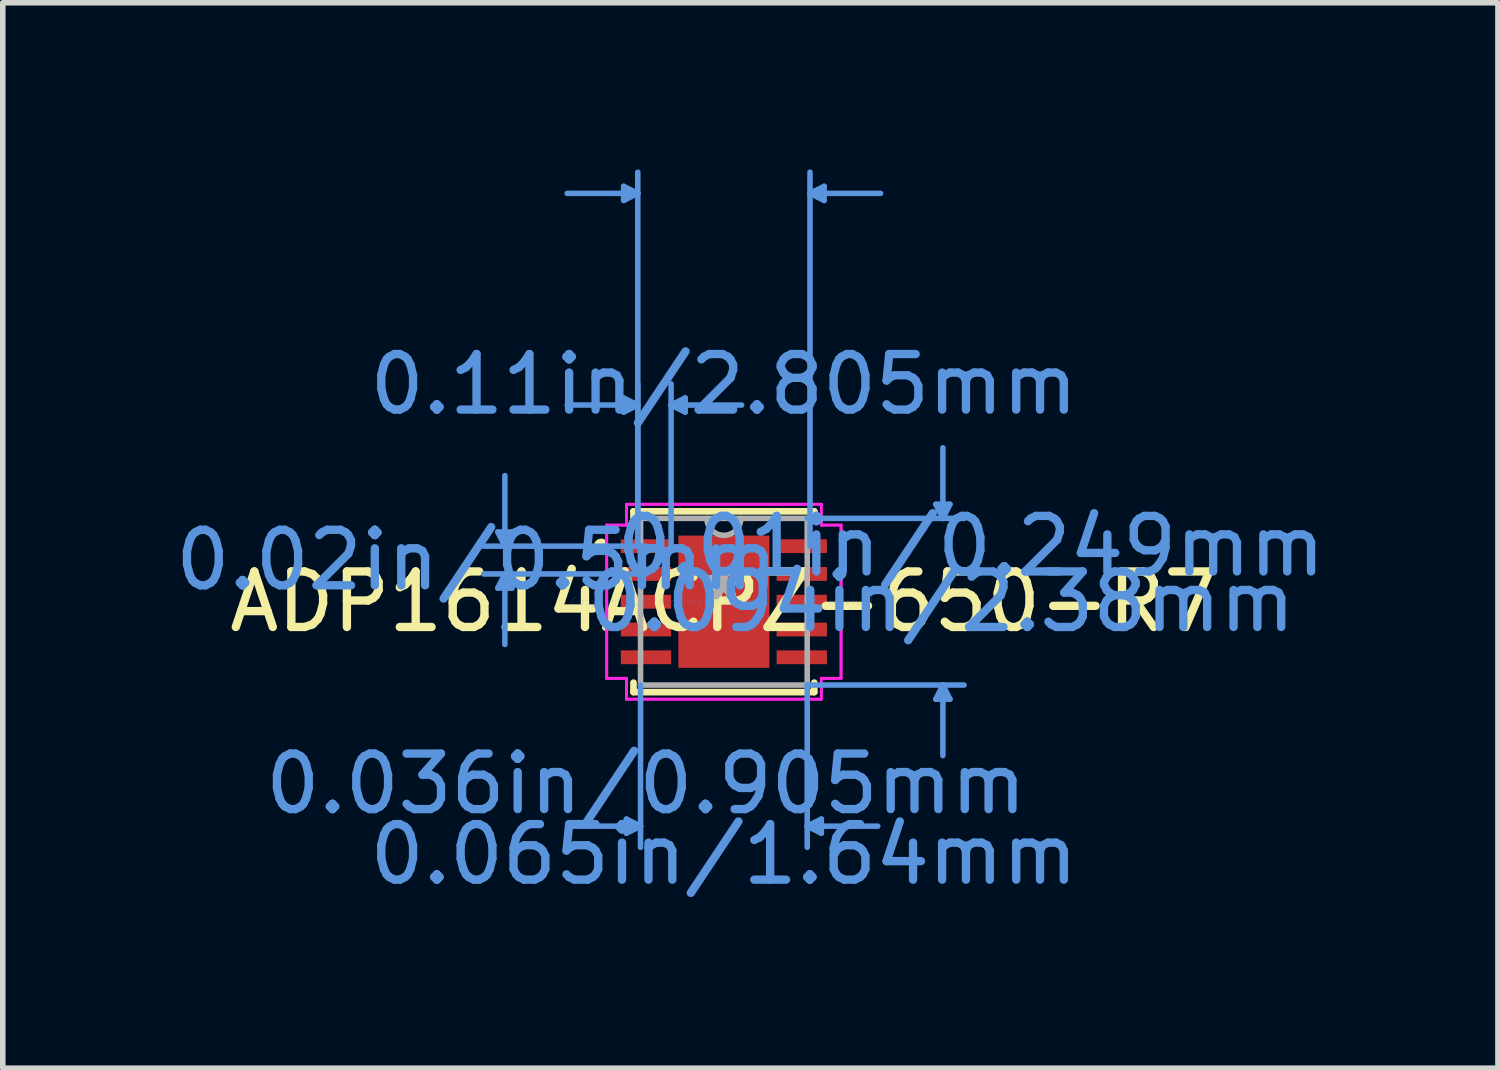
<source format=kicad_pcb>
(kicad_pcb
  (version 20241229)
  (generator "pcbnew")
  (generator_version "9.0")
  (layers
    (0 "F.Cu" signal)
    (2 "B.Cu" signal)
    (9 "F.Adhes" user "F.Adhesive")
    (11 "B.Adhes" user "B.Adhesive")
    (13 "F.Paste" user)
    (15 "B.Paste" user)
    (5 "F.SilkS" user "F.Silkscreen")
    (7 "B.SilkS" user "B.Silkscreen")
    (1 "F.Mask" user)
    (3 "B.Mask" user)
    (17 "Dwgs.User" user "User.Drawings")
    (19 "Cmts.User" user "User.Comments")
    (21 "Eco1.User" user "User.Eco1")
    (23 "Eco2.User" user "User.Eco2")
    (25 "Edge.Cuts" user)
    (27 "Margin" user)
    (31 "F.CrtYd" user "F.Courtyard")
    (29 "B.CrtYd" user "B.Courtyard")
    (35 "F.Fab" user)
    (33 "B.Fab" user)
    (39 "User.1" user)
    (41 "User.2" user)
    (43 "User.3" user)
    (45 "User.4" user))
  (footprint "ADP1614ACPZ-650-R7"
    (layer "F.Cu")
    (at 9.98 7.781)
    (property "Reference" "ADP1614ACPZ-650-R7" (at 0 0 0) (layer "F.SilkS") (effects (font (size 1 1) (thickness 0.15))))
    (attr through_hole)
    (fp_line (start -1.627 -1.627) (end -1.627 -1.457) (stroke (width 0.12) (type solid)) (layer "F.SilkS"))
    (fp_line (start -1.627 1.457) (end -1.627 1.627) (stroke (width 0.12) (type solid)) (layer "F.SilkS"))
    (fp_line (start -1.627 1.627) (end 1.627 1.627) (stroke (width 0.12) (type solid)) (layer "F.SilkS"))
    (fp_line (start 1.627 -1.627) (end -1.627 -1.627) (stroke (width 0.12) (type solid)) (layer "F.SilkS"))
    (fp_line (start 1.627 -1.457) (end 1.627 -1.627) (stroke (width 0.12) (type solid)) (layer "F.SilkS"))
    (fp_line (start 1.627 1.627) (end 1.627 1.457) (stroke (width 0.12) (type solid)) (layer "F.SilkS"))
    (fp_arc (start -2.18754 -0.926171) (mid -2.2826 -1) (end -2.18754 -1.073829) (stroke (width 0.12) (type solid)) (layer "F.SilkS"))
    (fp_line (start -4.069 -1.254) (end -3.815 -1.254) (stroke (width 0.1) (type solid)) (layer "Cmts.User"))
    (fp_line (start -4.069 -0.246) (end -3.815 -0.246) (stroke (width 0.1) (type solid)) (layer "Cmts.User"))
    (fp_line (start -3.942 -1) (end -4.069 -1.254) (stroke (width 0.1) (type solid)) (layer "Cmts.User"))
    (fp_line (start -3.942 -1) (end -3.942 -2.27) (stroke (width 0.1) (type solid)) (layer "Cmts.User"))
    (fp_line (start -3.942 -1) (end -3.815 -1.254) (stroke (width 0.1) (type solid)) (layer "Cmts.User"))
    (fp_line (start -3.942 -0.5) (end -4.069 -0.246) (stroke (width 0.1) (type solid)) (layer "Cmts.User"))
    (fp_line (start -3.942 -0.5) (end -3.942 0.77) (stroke (width 0.1) (type solid)) (layer "Cmts.User"))
    (fp_line (start -3.942 -0.5) (end -3.815 -0.246) (stroke (width 0.1) (type solid)) (layer "Cmts.User"))
    (fp_line (start -1.804 -7.477) (end -1.804 -7.223) (stroke (width 0.1) (type solid)) (layer "Cmts.User"))
    (fp_line (start -1.804 -3.667) (end -1.804 -3.413) (stroke (width 0.1) (type solid)) (layer "Cmts.User"))
    (fp_line (start -1.754 3.913) (end -1.754 4.167) (stroke (width 0.1) (type solid)) (layer "Cmts.User"))
    (fp_line (start -1.55 -7.35) (end -2.82 -7.35) (stroke (width 0.1) (type solid)) (layer "Cmts.User"))
    (fp_line (start -1.55 -7.35) (end -1.804 -7.477) (stroke (width 0.1) (type solid)) (layer "Cmts.User"))
    (fp_line (start -1.55 -7.35) (end -1.804 -7.223) (stroke (width 0.1) (type solid)) (layer "Cmts.User"))
    (fp_line (start -1.55 -3.54) (end -2.82 -3.54) (stroke (width 0.1) (type solid)) (layer "Cmts.User"))
    (fp_line (start -1.55 -3.54) (end -1.804 -3.667) (stroke (width 0.1) (type solid)) (layer "Cmts.User"))
    (fp_line (start -1.55 -3.54) (end -1.804 -3.413) (stroke (width 0.1) (type solid)) (layer "Cmts.User"))
    (fp_line (start -1.55 -1) (end -1.55 -7.731) (stroke (width 0.1) (type solid)) (layer "Cmts.User"))
    (fp_line (start -1.55 -1) (end -1.55 -3.921) (stroke (width 0.1) (type solid)) (layer "Cmts.User"))
    (fp_line (start -1.5 1.5) (end -1.5 4.421) (stroke (width 0.1) (type solid)) (layer "Cmts.User"))
    (fp_line (start -1.5 4.04) (end -2.77 4.04) (stroke (width 0.1) (type solid)) (layer "Cmts.User"))
    (fp_line (start -1.5 4.04) (end -1.754 3.913) (stroke (width 0.1) (type solid)) (layer "Cmts.User"))
    (fp_line (start -1.5 4.04) (end -1.754 4.167) (stroke (width 0.1) (type solid)) (layer "Cmts.User"))
    (fp_line (start -1.402 -1) (end -4.323 -1) (stroke (width 0.1) (type solid)) (layer "Cmts.User"))
    (fp_line (start -1.402 -0.5) (end -4.323 -0.5) (stroke (width 0.1) (type solid)) (layer "Cmts.User"))
    (fp_line (start -0.95 -3.54) (end -0.696 -3.667) (stroke (width 0.1) (type solid)) (layer "Cmts.User"))
    (fp_line (start -0.95 -3.54) (end -0.696 -3.413) (stroke (width 0.1) (type solid)) (layer "Cmts.User"))
    (fp_line (start -0.95 -3.54) (end 0.32 -3.54) (stroke (width 0.1) (type solid)) (layer "Cmts.User"))
    (fp_line (start -0.95 -1) (end -0.95 -3.921) (stroke (width 0.1) (type solid)) (layer "Cmts.User"))
    (fp_line (start -0.696 -3.667) (end -0.696 -3.413) (stroke (width 0.1) (type solid)) (layer "Cmts.User"))
    (fp_line (start 1.5 -1.5) (end 4.323 -1.5) (stroke (width 0.1) (type solid)) (layer "Cmts.User"))
    (fp_line (start 1.5 1.5) (end 1.5 4.421) (stroke (width 0.1) (type solid)) (layer "Cmts.User"))
    (fp_line (start 1.5 1.5) (end 4.323 1.5) (stroke (width 0.1) (type solid)) (layer "Cmts.User"))
    (fp_line (start 1.5 4.04) (end 1.754 3.913) (stroke (width 0.1) (type solid)) (layer "Cmts.User"))
    (fp_line (start 1.5 4.04) (end 1.754 4.167) (stroke (width 0.1) (type solid)) (layer "Cmts.User"))
    (fp_line (start 1.5 4.04) (end 2.77 4.04) (stroke (width 0.1) (type solid)) (layer "Cmts.User"))
    (fp_line (start 1.55 -7.35) (end 1.804 -7.477) (stroke (width 0.1) (type solid)) (layer "Cmts.User"))
    (fp_line (start 1.55 -7.35) (end 1.804 -7.223) (stroke (width 0.1) (type solid)) (layer "Cmts.User"))
    (fp_line (start 1.55 -7.35) (end 2.82 -7.35) (stroke (width 0.1) (type solid)) (layer "Cmts.User"))
    (fp_line (start 1.55 -1) (end 1.55 -7.731) (stroke (width 0.1) (type solid)) (layer "Cmts.User"))
    (fp_line (start 1.754 3.913) (end 1.754 4.167) (stroke (width 0.1) (type solid)) (layer "Cmts.User"))
    (fp_line (start 1.804 -7.477) (end 1.804 -7.223) (stroke (width 0.1) (type solid)) (layer "Cmts.User"))
    (fp_line (start 3.815 -1.754) (end 4.069 -1.754) (stroke (width 0.1) (type solid)) (layer "Cmts.User"))
    (fp_line (start 3.815 1.754) (end 4.069 1.754) (stroke (width 0.1) (type solid)) (layer "Cmts.User"))
    (fp_line (start 3.942 -1.5) (end 3.815 -1.754) (stroke (width 0.1) (type solid)) (layer "Cmts.User"))
    (fp_line (start 3.942 -1.5) (end 3.942 -2.77) (stroke (width 0.1) (type solid)) (layer "Cmts.User"))
    (fp_line (start 3.942 -1.5) (end 4.069 -1.754) (stroke (width 0.1) (type solid)) (layer "Cmts.User"))
    (fp_line (start 3.942 1.5) (end 3.815 1.754) (stroke (width 0.1) (type solid)) (layer "Cmts.User"))
    (fp_line (start 3.942 1.5) (end 3.942 2.77) (stroke (width 0.1) (type solid)) (layer "Cmts.User"))
    (fp_line (start 3.942 1.5) (end 4.069 1.754) (stroke (width 0.1) (type solid)) (layer "Cmts.User"))
    (fp_line (start -2.109 -1.379) (end -1.754 -1.379) (stroke (width 0.05) (type solid)) (layer "F.CrtYd"))
    (fp_line (start -2.109 -1.379) (end -1.754 -1.379) (stroke (width 0.05) (type solid)) (layer "F.CrtYd"))
    (fp_line (start -2.109 1.379) (end -2.109 -1.379) (stroke (width 0.05) (type solid)) (layer "F.CrtYd"))
    (fp_line (start -2.109 1.379) (end -2.109 -1.379) (stroke (width 0.05) (type solid)) (layer "F.CrtYd"))
    (fp_line (start -2.109 1.379) (end -1.754 1.379) (stroke (width 0.05) (type solid)) (layer "F.CrtYd"))
    (fp_line (start -1.754 -1.754) (end 1.754 -1.754) (stroke (width 0.05) (type solid)) (layer "F.CrtYd"))
    (fp_line (start -1.754 -1.754) (end 1.754 -1.754) (stroke (width 0.05) (type solid)) (layer "F.CrtYd"))
    (fp_line (start -1.754 -1.379) (end -1.754 -1.754) (stroke (width 0.05) (type solid)) (layer "F.CrtYd"))
    (fp_line (start -1.754 -1.379) (end -1.754 -1.754) (stroke (width 0.05) (type solid)) (layer "F.CrtYd"))
    (fp_line (start -1.754 1.379) (end -2.109 1.379) (stroke (width 0.05) (type solid)) (layer "F.CrtYd"))
    (fp_line (start -1.754 1.754) (end -1.754 1.379) (stroke (width 0.05) (type solid)) (layer "F.CrtYd"))
    (fp_line (start -1.754 1.754) (end -1.754 1.379) (stroke (width 0.05) (type solid)) (layer "F.CrtYd"))
    (fp_line (start 1.754 -1.754) (end 1.754 -1.379) (stroke (width 0.05) (type solid)) (layer "F.CrtYd"))
    (fp_line (start 1.754 -1.754) (end 1.754 -1.379) (stroke (width 0.05) (type solid)) (layer "F.CrtYd"))
    (fp_line (start 1.754 -1.379) (end 2.109 -1.379) (stroke (width 0.05) (type solid)) (layer "F.CrtYd"))
    (fp_line (start 1.754 1.379) (end 1.754 1.754) (stroke (width 0.05) (type solid)) (layer "F.CrtYd"))
    (fp_line (start 1.754 1.379) (end 1.754 1.754) (stroke (width 0.05) (type solid)) (layer "F.CrtYd"))
    (fp_line (start 1.754 1.754) (end -1.754 1.754) (stroke (width 0.05) (type solid)) (layer "F.CrtYd"))
    (fp_line (start 1.754 1.754) (end -1.754 1.754) (stroke (width 0.05) (type solid)) (layer "F.CrtYd"))
    (fp_line (start 2.109 -1.379) (end 1.754 -1.379) (stroke (width 0.05) (type solid)) (layer "F.CrtYd"))
    (fp_line (start 2.109 -1.379) (end 2.109 1.379) (stroke (width 0.05) (type solid)) (layer "F.CrtYd"))
    (fp_line (start 2.109 -1.379) (end 2.109 1.379) (stroke (width 0.05) (type solid)) (layer "F.CrtYd"))
    (fp_line (start 2.109 1.379) (end 1.754 1.379) (stroke (width 0.05) (type solid)) (layer "F.CrtYd"))
    (fp_line (start 2.109 1.379) (end 1.754 1.379) (stroke (width 0.05) (type solid)) (layer "F.CrtYd"))
    (fp_line (start -1.5 -1.5) (end -1.5 1.5) (stroke (width 0.1) (type solid)) (layer "F.Fab"))
    (fp_line (start -1.5 1.5) (end 1.5 1.5) (stroke (width 0.1) (type solid)) (layer "F.Fab"))
    (fp_line (start 1.5 -1.5) (end -1.5 -1.5) (stroke (width 0.1) (type solid)) (layer "F.Fab"))
    (fp_line (start 1.5 1.5) (end 1.5 -1.5) (stroke (width 0.1) (type solid)) (layer "F.Fab"))
    (fp_arc (start 0.3048 -1.5) (mid 0 -1.1952) (end -0.3048 -1.5) (stroke (width 0.1) (type solid)) (layer "F.Fab"))
    (fp_text user "*" (at 0 0 0) (layer "F.SilkS") (effects (font (size 1 1) (thickness 0.15))))
    (fp_text user "Copyright 2021 Accelerated Designs. All rights reserved." (at 0 0 0) (layer "Cmts.User") (effects (font (size 0.127 0.127) (thickness 0.002))))
    (fp_text user "0.11in/2.805mm" (at 0 -3.913 0) (layer "Cmts.User") (effects (font (size 1 1) (thickness 0.15))))
    (fp_text user "0.065in/1.64mm" (at 0 4.548 0) (layer "Cmts.User") (effects (font (size 1 1) (thickness 0.15))))
    (fp_text user "0.036in/0.905mm" (at -1.402 3.278 0) (layer "Cmts.User") (effects (font (size 1 1) (thickness 0.15))))
    (fp_text user "0.094in/2.38mm" (at 3.913 0 0) (layer "Cmts.User") (effects (font (size 1 1) (thickness 0.15))))
    (fp_text user "0.02in/0.5mm" (at -4.45 -0.75 0) (layer "Cmts.User") (effects (font (size 1 1) (thickness 0.15))))
    (fp_text user "0.01in/0.249mm" (at 4.45 -1 0) (layer "Cmts.User") (effects (font (size 1 1) (thickness 0.15))))
    (fp_text user "*" (at 0 0 0) (layer "F.Fab") (effects (font (size 1 1) (thickness 0.15))))
    (pad "1" smd rect (at -1.402 -1) (size 0.905 0.249) (layers "F.Cu" "F.Mask" "F.Paste"))
    (pad "2" smd rect (at -1.402 -0.5) (size 0.905 0.249) (layers "F.Cu" "F.Mask" "F.Paste"))
    (pad "3" smd rect (at -1.402 0) (size 0.905 0.249) (layers "F.Cu" "F.Mask" "F.Paste"))
    (pad "4" smd rect (at -1.402 0.5) (size 0.905 0.249) (layers "F.Cu" "F.Mask" "F.Paste"))
    (pad "5" smd rect (at -1.402 1) (size 0.905 0.249) (layers "F.Cu" "F.Mask" "F.Paste"))
    (pad "6" smd rect (at 1.402 1) (size 0.905 0.249) (layers "F.Cu" "F.Mask" "F.Paste"))
    (pad "7" smd rect (at 1.402 0.5) (size 0.905 0.249) (layers "F.Cu" "F.Mask" "F.Paste"))
    (pad "8" smd rect (at 1.402 0) (size 0.905 0.249) (layers "F.Cu" "F.Mask" "F.Paste"))
    (pad "9" smd rect (at 1.402 -0.5) (size 0.905 0.249) (layers "F.Cu" "F.Mask" "F.Paste"))
    (pad "10" smd rect (at 1.402 -1) (size 0.905 0.249) (layers "F.Cu" "F.Mask" "F.Paste"))
    (pad "11" smd rect (at 0 0) (size 1.64 2.38) (layers "F.Cu" "F.Mask" "F.Paste")))
  (gr_rect
    (start -3 -3)
    (end 23.913 16.177)
    (stroke (width 0.1) (type default))
    (fill no)
    (layer "Edge.Cuts")))
</source>
